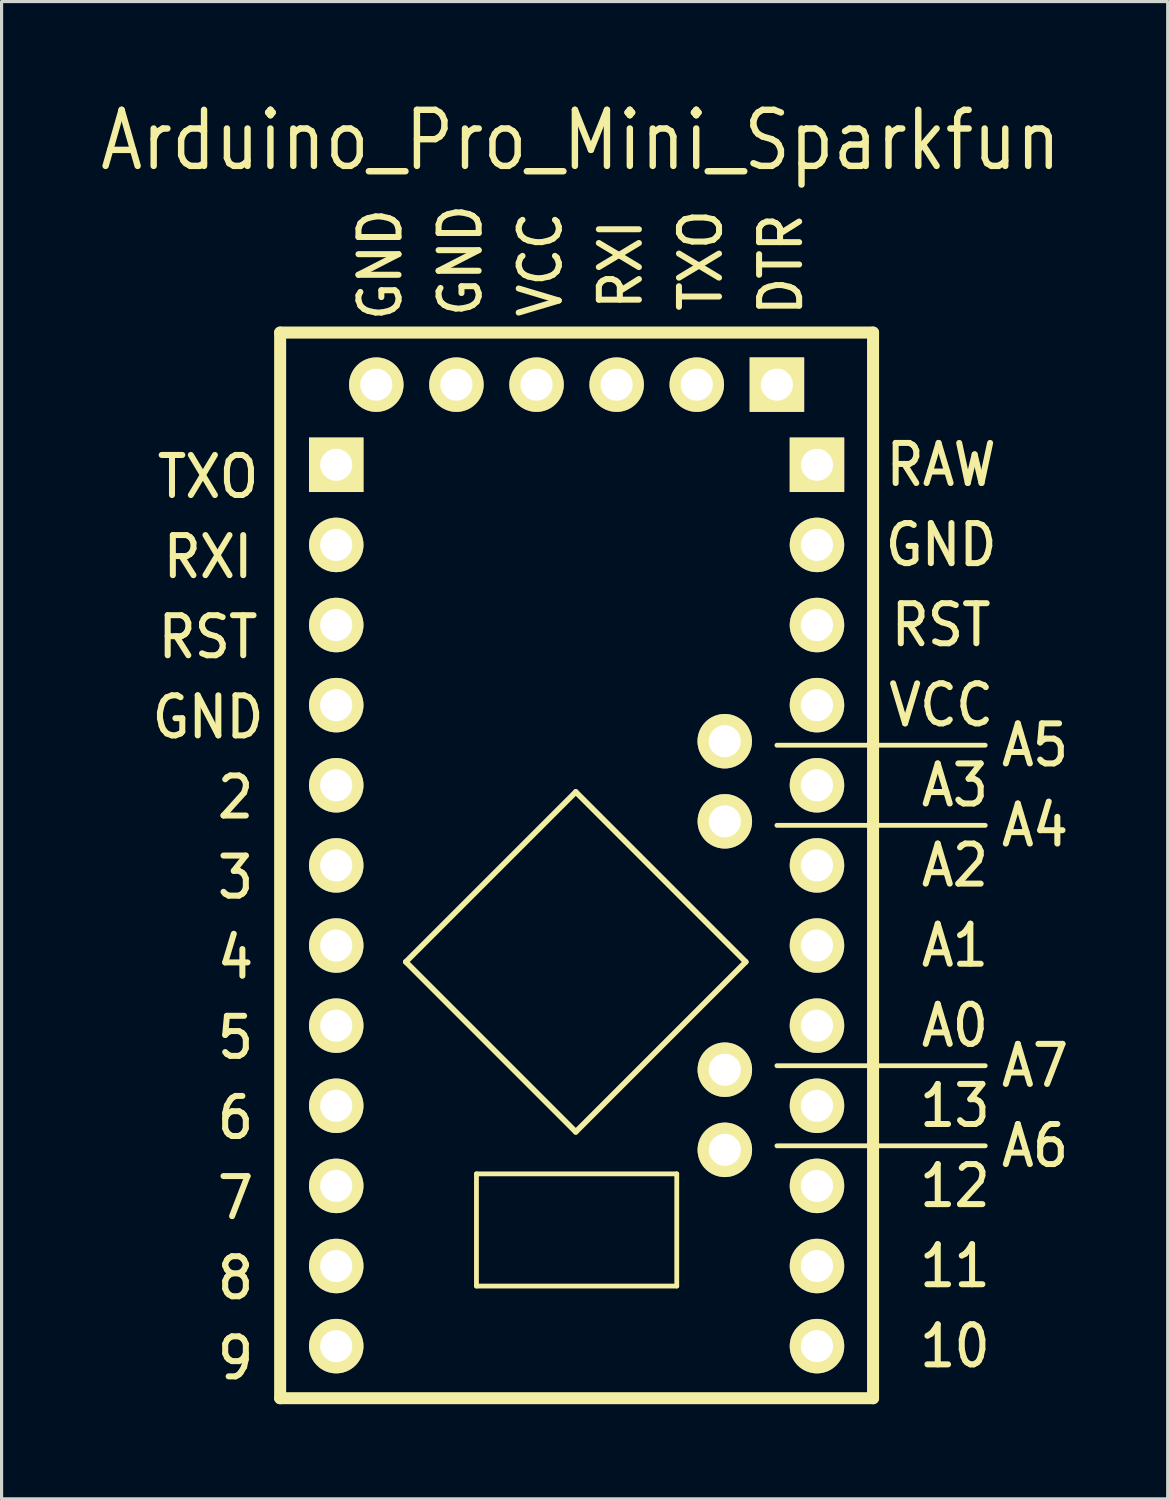
<source format=kicad_pcb>
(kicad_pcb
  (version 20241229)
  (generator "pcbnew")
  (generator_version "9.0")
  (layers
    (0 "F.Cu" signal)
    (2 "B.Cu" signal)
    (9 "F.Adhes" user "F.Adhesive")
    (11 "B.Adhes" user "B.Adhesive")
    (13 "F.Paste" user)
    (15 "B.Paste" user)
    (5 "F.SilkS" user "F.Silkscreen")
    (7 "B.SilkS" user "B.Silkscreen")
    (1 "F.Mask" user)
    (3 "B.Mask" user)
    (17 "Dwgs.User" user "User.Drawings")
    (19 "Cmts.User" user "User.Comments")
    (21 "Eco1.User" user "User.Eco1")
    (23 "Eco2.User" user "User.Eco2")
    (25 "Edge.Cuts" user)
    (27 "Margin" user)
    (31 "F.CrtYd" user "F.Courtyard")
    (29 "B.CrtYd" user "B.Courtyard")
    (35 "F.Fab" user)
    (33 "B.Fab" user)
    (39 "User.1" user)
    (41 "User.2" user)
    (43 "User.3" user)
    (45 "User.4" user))
  (footprint "Arduino_Pro_Mini_Sparkfun"
    (layer "F.Cu")
    (at 15.229 24.384)
    (property "Reference" "Arduino_Pro_Mini_Sparkfun" (at 0.127 -22.987 0) (layer "F.SilkS") (effects (font (size 1.778 1.524) (thickness 0.203))))
    (attr through_hole)
    (fp_line (start -9.398 -16.891) (end 9.398 -16.891) (stroke (width 0.381) (type solid)) (layer "F.SilkS"))
    (fp_line (start -9.398 16.891) (end -9.398 -16.891) (stroke (width 0.381) (type solid)) (layer "F.SilkS"))
    (fp_line (start -5.414 3.059) (end -0.026 -2.329) (stroke (width 0.178) (type solid)) (layer "F.SilkS"))
    (fp_line (start -5.414 3.059) (end -0.026 8.447) (stroke (width 0.178) (type solid)) (layer "F.SilkS"))
    (fp_line (start -3.175 9.779) (end -3.175 13.335) (stroke (width 0.152) (type solid)) (layer "F.SilkS"))
    (fp_line (start -3.175 13.335) (end 3.175 13.335) (stroke (width 0.152) (type solid)) (layer "F.SilkS"))
    (fp_line (start -0.026 -2.329) (end 5.362 3.059) (stroke (width 0.178) (type solid)) (layer "F.SilkS"))
    (fp_line (start -0.026 8.447) (end 5.362 3.059) (stroke (width 0.178) (type solid)) (layer "F.SilkS"))
    (fp_line (start 3.175 9.779) (end -3.175 9.779) (stroke (width 0.152) (type solid)) (layer "F.SilkS"))
    (fp_line (start 3.175 9.779) (end 3.175 13.335) (stroke (width 0.152) (type solid)) (layer "F.SilkS"))
    (fp_line (start 6.35 -3.81) (end 12.954 -3.81) (stroke (width 0.152) (type solid)) (layer "F.SilkS"))
    (fp_line (start 6.35 -1.27) (end 12.954 -1.27) (stroke (width 0.152) (type solid)) (layer "F.SilkS"))
    (fp_line (start 6.35 6.35) (end 12.954 6.35) (stroke (width 0.152) (type solid)) (layer "F.SilkS"))
    (fp_line (start 6.35 8.89) (end 12.954 8.89) (stroke (width 0.152) (type solid)) (layer "F.SilkS"))
    (fp_line (start 9.398 -16.891) (end 9.398 16.891) (stroke (width 0.381) (type solid)) (layer "F.SilkS"))
    (fp_line (start 9.398 16.891) (end -9.398 16.891) (stroke (width 0.381) (type solid)) (layer "F.SilkS"))
    (fp_text user " A6" (at 14.097 8.89 0) (layer "F.SilkS") (effects (font (size 1.27 1.143) (thickness 0.191))))
    (fp_text user " 11" (at 11.557 12.7 0) (layer "F.SilkS") (effects (font (size 1.27 1.143) (thickness 0.191))))
    (fp_text user " 13" (at 11.557 7.62 0) (layer "F.SilkS") (effects (font (size 1.27 1.143) (thickness 0.191))))
    (fp_text user "RXI" (at -11.684 -9.779 0) (layer "F.SilkS") (effects (font (size 1.27 1.143) (thickness 0.191))))
    (fp_text user " 12" (at 11.557 10.16 0) (layer "F.SilkS") (effects (font (size 1.27 1.143) (thickness 0.191))))
    (fp_text user " A7" (at 14.097 6.35 0) (layer "F.SilkS") (effects (font (size 1.27 1.143) (thickness 0.191))))
    (fp_text user "RST" (at -11.684 -7.239 0) (layer "F.SilkS") (effects (font (size 1.27 1.143) (thickness 0.191))))
    (fp_text user "  7" (at -11.684 10.541 0) (layer "F.SilkS") (effects (font (size 1.27 1.143) (thickness 0.191))))
    (fp_text user "GND" (at -11.684 -4.699 0) (layer "F.SilkS") (effects (font (size 1.27 1.143) (thickness 0.191))))
    (fp_text user "GND" (at -3.683 -19.177 90) (layer "F.SilkS") (effects (font (size 1.27 1.143) (thickness 0.191))))
    (fp_text user "GND" (at -6.223 -19.05 90) (layer "F.SilkS") (effects (font (size 1.27 1.143) (thickness 0.191))))
    (fp_text user "TXO" (at 3.937 -19.177 90) (layer "F.SilkS") (effects (font (size 1.27 1.143) (thickness 0.191))))
    (fp_text user "  2" (at -11.684 -2.159 0) (layer "F.SilkS") (effects (font (size 1.27 1.143) (thickness 0.191))))
    (fp_text user "GND" (at 11.557 -10.16 0) (layer "F.SilkS") (effects (font (size 1.27 1.143) (thickness 0.191))))
    (fp_text user "RST" (at 11.557 -7.62 0) (layer "F.SilkS") (effects (font (size 1.27 1.143) (thickness 0.191))))
    (fp_text user "VCC" (at -1.143 -19.05 90) (layer "F.SilkS") (effects (font (size 1.27 1.143) (thickness 0.191))))
    (fp_text user " A1" (at 11.557 2.54 0) (layer "F.SilkS") (effects (font (size 1.27 1.143) (thickness 0.191))))
    (fp_text user " A3" (at 11.557 -2.54 0) (layer "F.SilkS") (effects (font (size 1.27 1.143) (thickness 0.191))))
    (fp_text user " A4" (at 14.097 -1.27 0) (layer "F.SilkS") (effects (font (size 1.27 1.143) (thickness 0.191))))
    (fp_text user " A2" (at 11.557 0 0) (layer "F.SilkS") (effects (font (size 1.27 1.143) (thickness 0.191))))
    (fp_text user "  3" (at -11.684 0.381 0) (layer "F.SilkS") (effects (font (size 1.27 1.143) (thickness 0.191))))
    (fp_text user "RXI" (at 1.397 -19.05 90) (layer "F.SilkS") (effects (font (size 1.27 1.143) (thickness 0.191))))
    (fp_text user " A5" (at 14.097 -3.81 0) (layer "F.SilkS") (effects (font (size 1.27 1.143) (thickness 0.191))))
    (fp_text user "DTR" (at 6.477 -19.05 90) (layer "F.SilkS") (effects (font (size 1.27 1.143) (thickness 0.191))))
    (fp_text user "TXO" (at -11.684 -12.319 0) (layer "F.SilkS") (effects (font (size 1.27 1.143) (thickness 0.191))))
    (fp_text user "  5" (at -11.684 5.461 0) (layer "F.SilkS") (effects (font (size 1.27 1.143) (thickness 0.191))))
    (fp_text user "RAW" (at 11.557 -12.7 0) (layer "F.SilkS") (effects (font (size 1.27 1.143) (thickness 0.191))))
    (fp_text user " A0" (at 11.557 5.08 0) (layer "F.SilkS") (effects (font (size 1.27 1.143) (thickness 0.191))))
    (fp_text user "  8" (at -11.684 13.081 0) (layer "F.SilkS") (effects (font (size 1.27 1.143) (thickness 0.191))))
    (fp_text user "  9" (at -11.684 15.621 0) (layer "F.SilkS") (effects (font (size 1.27 1.143) (thickness 0.191))))
    (fp_text user " 10" (at 11.557 15.24 0) (layer "F.SilkS") (effects (font (size 1.27 1.143) (thickness 0.191))))
    (fp_text user "  6" (at -11.684 8.001 0) (layer "F.SilkS") (effects (font (size 1.27 1.143) (thickness 0.191))))
    (fp_text user "  4" (at -11.684 2.921 0) (layer "F.SilkS") (effects (font (size 1.27 1.143) (thickness 0.191))))
    (fp_text user "VCC" (at 11.557 -5.08 0) (layer "F.SilkS") (effects (font (size 1.27 1.143) (thickness 0.191))))
    (pad "1A" thru_hole rect (at 7.62 -12.7) (size 1.727 1.727) (drill 1.016) (layers "*.Cu" "*.Mask" "F.SilkS"))
    (pad "1C" thru_hole rect (at 6.35 -15.24) (size 1.727 1.727) (drill 1.016) (layers "*.Cu" "*.Mask" "F.SilkS"))
    (pad "1D" thru_hole rect (at -7.62 -12.7) (size 1.727 1.727) (drill 1.016) (layers "*.Cu" "*.Mask" "F.SilkS"))
    (pad "2A" thru_hole circle (at 7.62 -10.16) (size 1.727 1.727) (drill 1.016) (layers "*.Cu" "*.Mask" "F.SilkS"))
    (pad "2B" thru_hole circle (at 4.699 9.017) (size 1.727 1.727) (drill 1.016) (layers "*.Cu" "*.Mask" "F.SilkS"))
    (pad "2C" thru_hole circle (at 3.81 -15.24) (size 1.727 1.727) (drill 1.016) (layers "*.Cu" "*.Mask" "F.SilkS"))
    (pad "2D" thru_hole circle (at -7.62 -10.16) (size 1.727 1.727) (drill 1.016) (layers "*.Cu" "*.Mask" "F.SilkS"))
    (pad "3A" thru_hole circle (at 7.62 -7.62) (size 1.727 1.727) (drill 1.016) (layers "*.Cu" "*.Mask" "F.SilkS"))
    (pad "3B" thru_hole circle (at 4.699 6.477) (size 1.727 1.727) (drill 1.016) (layers "*.Cu" "*.Mask" "F.SilkS"))
    (pad "3C" thru_hole circle (at 1.27 -15.24) (size 1.727 1.727) (drill 1.016) (layers "*.Cu" "*.Mask" "F.SilkS"))
    (pad "3D" thru_hole circle (at -7.62 -7.62) (size 1.727 1.727) (drill 1.016) (layers "*.Cu" "*.Mask" "F.SilkS"))
    (pad "4A" thru_hole circle (at 7.62 -5.08) (size 1.727 1.727) (drill 1.016) (layers "*.Cu" "*.Mask" "F.SilkS"))
    (pad "4B" thru_hole circle (at 4.699 -1.397) (size 1.727 1.727) (drill 1.016) (layers "*.Cu" "*.Mask" "F.SilkS"))
    (pad "4C" thru_hole circle (at -1.27 -15.24) (size 1.727 1.727) (drill 1.016) (layers "*.Cu" "*.Mask" "F.SilkS"))
    (pad "4D" thru_hole circle (at -7.62 -5.08) (size 1.727 1.727) (drill 1.016) (layers "*.Cu" "*.Mask" "F.SilkS"))
    (pad "5A" thru_hole circle (at 7.62 -2.54) (size 1.727 1.727) (drill 1.016) (layers "*.Cu" "*.Mask" "F.SilkS"))
    (pad "5B" thru_hole circle (at 4.696 -3.937) (size 1.727 1.727) (drill 1.016) (layers "*.Cu" "*.Mask" "F.SilkS"))
    (pad "5C" thru_hole circle (at -3.81 -15.24) (size 1.727 1.727) (drill 1.016) (layers "*.Cu" "*.Mask" "F.SilkS"))
    (pad "5D" thru_hole circle (at -7.62 -2.54) (size 1.727 1.727) (drill 1.016) (layers "*.Cu" "*.Mask" "F.SilkS"))
    (pad "6A" thru_hole circle (at 7.62 0) (size 1.727 1.727) (drill 1.016) (layers "*.Cu" "*.Mask" "F.SilkS"))
    (pad "6C" thru_hole circle (at -6.35 -15.24) (size 1.727 1.727) (drill 1.016) (layers "*.Cu" "*.Mask" "F.SilkS"))
    (pad "6D" thru_hole circle (at -7.62 0) (size 1.727 1.727) (drill 1.016) (layers "*.Cu" "*.Mask" "F.SilkS"))
    (pad "7A" thru_hole circle (at 7.62 2.54) (size 1.727 1.727) (drill 1.016) (layers "*.Cu" "*.Mask" "F.SilkS"))
    (pad "7D" thru_hole circle (at -7.62 2.54) (size 1.727 1.727) (drill 1.016) (layers "*.Cu" "*.Mask" "F.SilkS"))
    (pad "8A" thru_hole circle (at 7.62 5.08) (size 1.727 1.727) (drill 1.016) (layers "*.Cu" "*.Mask" "F.SilkS"))
    (pad "8D" thru_hole circle (at -7.62 5.08) (size 1.727 1.727) (drill 1.016) (layers "*.Cu" "*.Mask" "F.SilkS"))
    (pad "9A" thru_hole circle (at 7.62 7.62) (size 1.727 1.727) (drill 1.016) (layers "*.Cu" "*.Mask" "F.SilkS"))
    (pad "9D" thru_hole circle (at -7.62 7.62) (size 1.727 1.727) (drill 1.016) (layers "*.Cu" "*.Mask" "F.SilkS"))
    (pad "10A" thru_hole circle (at 7.62 10.16) (size 1.727 1.727) (drill 1.016) (layers "*.Cu" "*.Mask" "F.SilkS"))
    (pad "10D" thru_hole circle (at -7.62 10.16) (size 1.727 1.727) (drill 1.016) (layers "*.Cu" "*.Mask" "F.SilkS"))
    (pad "11A" thru_hole circle (at 7.62 12.7) (size 1.727 1.727) (drill 1.016) (layers "*.Cu" "*.Mask" "F.SilkS"))
    (pad "11D" thru_hole circle (at -7.62 12.7) (size 1.727 1.727) (drill 1.016) (layers "*.Cu" "*.Mask" "F.SilkS"))
    (pad "12A" thru_hole circle (at 7.62 15.24) (size 1.727 1.727) (drill 1.016) (layers "*.Cu" "*.Mask" "F.SilkS"))
    (pad "12D" thru_hole circle (at -7.62 15.24) (size 1.727 1.727) (drill 1.016) (layers "*.Cu" "*.Mask" "F.SilkS")))
  (gr_rect
    (start -3 -3)
    (end 33.967 44.465)
    (stroke (width 0.1) (type default))
    (fill no)
    (layer "Edge.Cuts")))
</source>
